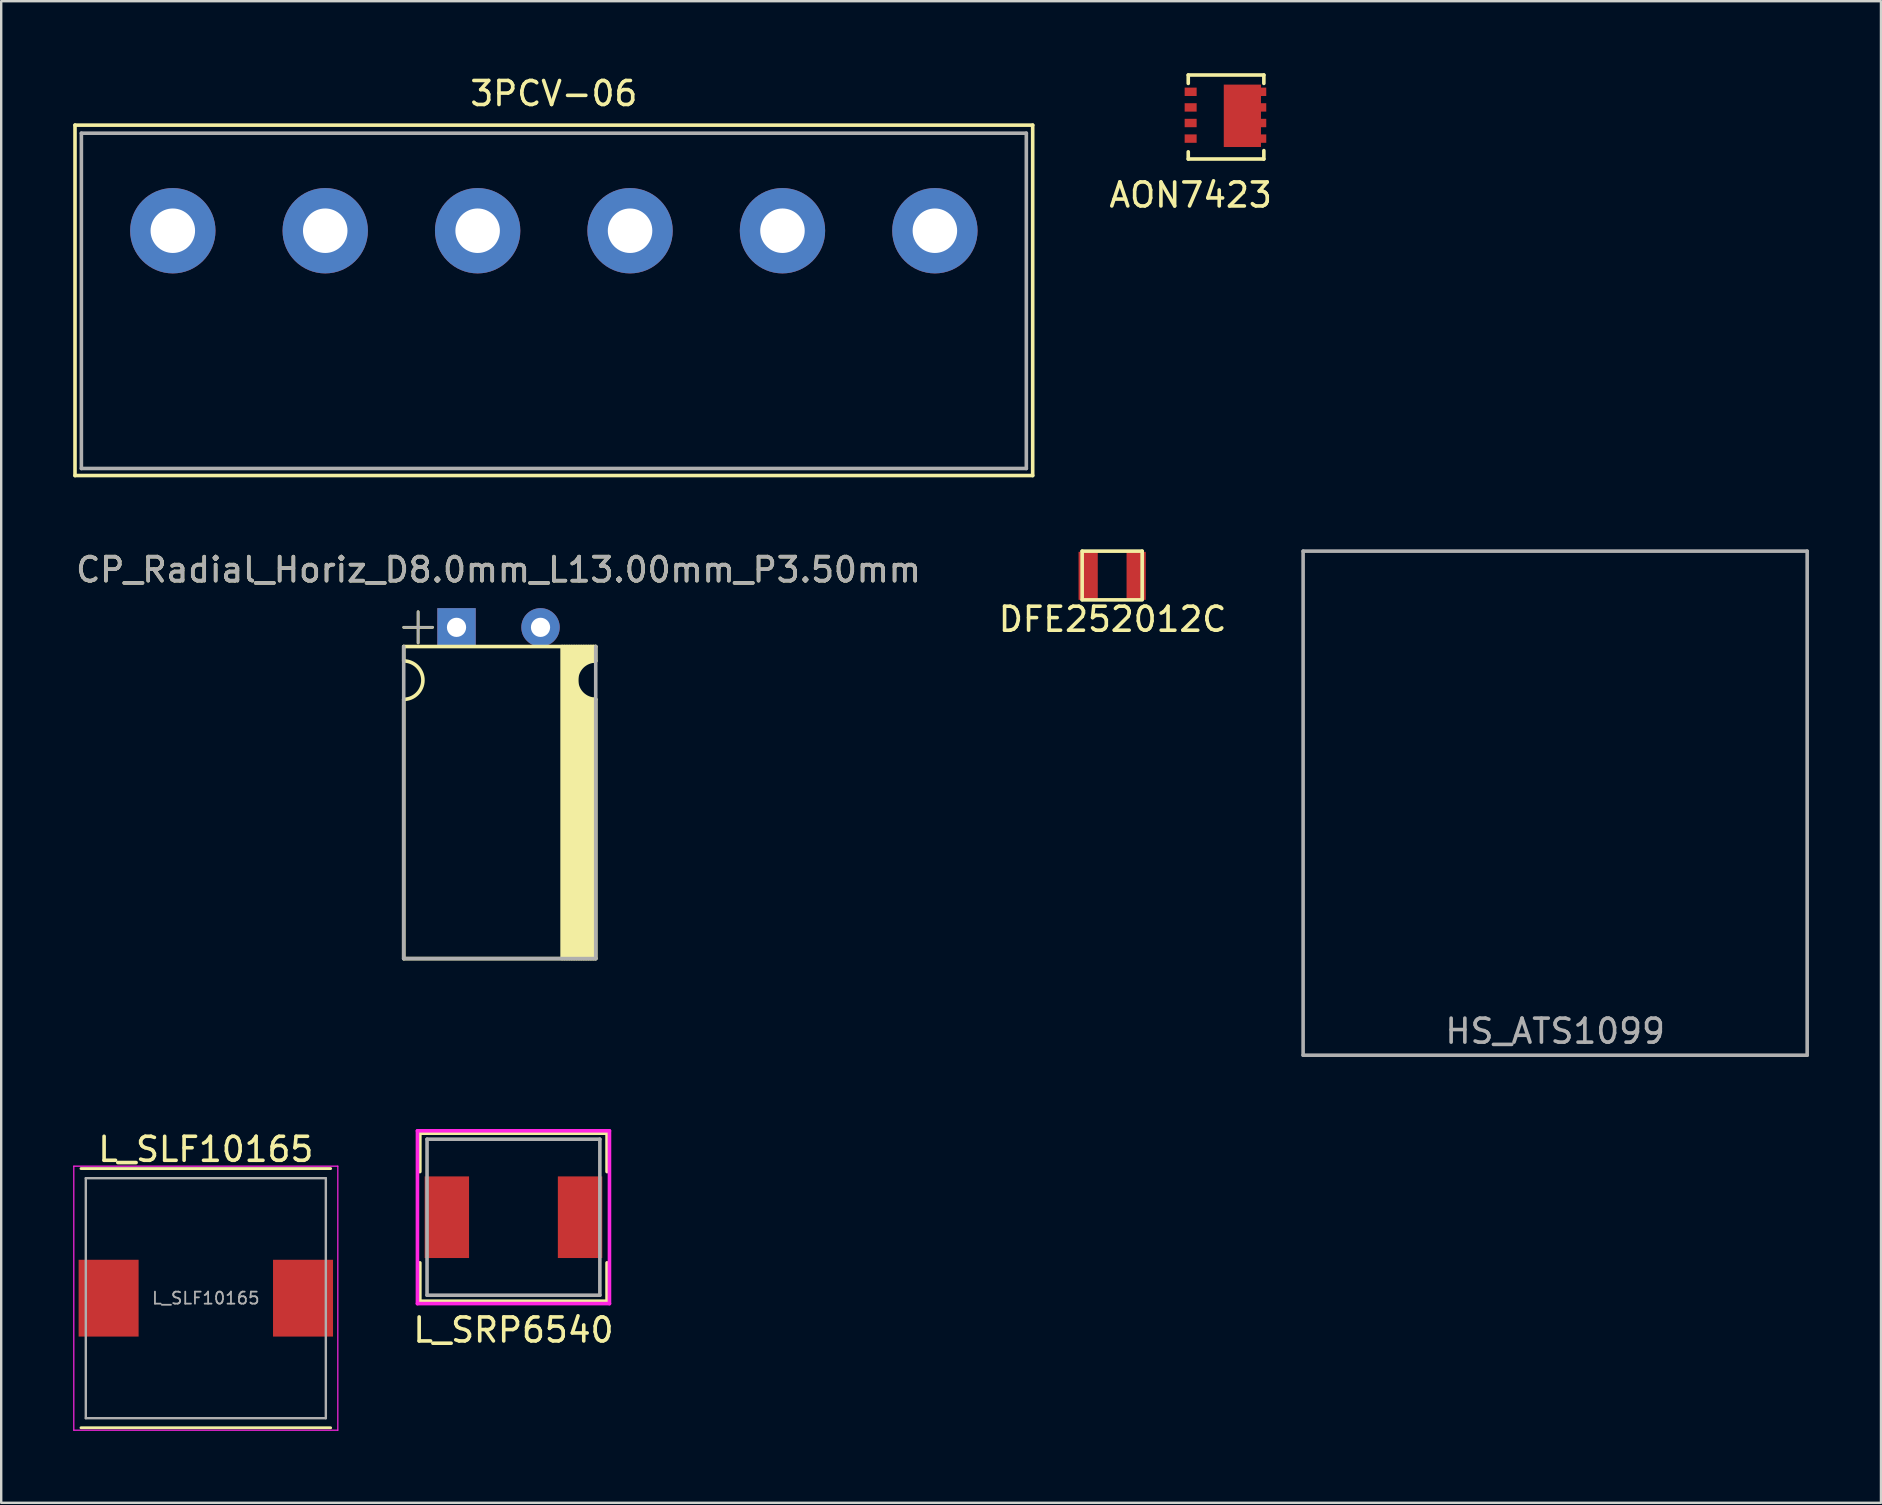
<source format=kicad_pcb>
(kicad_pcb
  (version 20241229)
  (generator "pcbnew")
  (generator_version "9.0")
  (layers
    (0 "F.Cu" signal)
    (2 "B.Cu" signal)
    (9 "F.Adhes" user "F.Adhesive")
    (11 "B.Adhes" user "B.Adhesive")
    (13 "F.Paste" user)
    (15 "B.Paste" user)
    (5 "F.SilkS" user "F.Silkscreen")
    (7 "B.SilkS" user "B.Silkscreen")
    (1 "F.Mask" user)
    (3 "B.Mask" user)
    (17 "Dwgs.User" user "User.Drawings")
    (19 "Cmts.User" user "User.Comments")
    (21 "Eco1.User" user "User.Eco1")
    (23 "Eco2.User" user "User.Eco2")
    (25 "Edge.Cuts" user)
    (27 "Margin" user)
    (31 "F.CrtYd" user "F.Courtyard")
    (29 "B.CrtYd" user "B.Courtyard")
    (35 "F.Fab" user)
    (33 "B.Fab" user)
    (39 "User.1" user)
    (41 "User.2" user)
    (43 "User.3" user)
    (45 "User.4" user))
  (footprint "DFE252012C"
    (layer "F.Cu")
    (at 43.286 20.942)
    (property "Reference" "DFE252012C" (at 0.018 1.808 0) (layer "F.SilkS") (effects (font (size 1 1) (thickness 0.15))))
    (attr through_hole)
    (fp_line (start -1.25 -1.029) (end -1.25 0.991) (stroke (width 0.15) (type solid)) (layer "F.SilkS"))
    (fp_line (start -1.25 1.001) (end 1.25 1.001) (stroke (width 0.15) (type solid)) (layer "F.SilkS"))
    (fp_line (start 1.25 -1.029) (end -1.25 -1.029) (stroke (width 0.15) (type solid)) (layer "F.SilkS"))
    (fp_line (start 1.25 0.973) (end 1.25 -1.029) (stroke (width 0.15) (type solid)) (layer "F.SilkS"))
    (pad "1" smd rect (at -1 0) (size 0.8 2) (layers "F.Cu" "F.Mask" "F.Paste"))
    (pad "2" smd rect (at 1 0) (size 0.8 2) (layers "F.Cu" "F.Mask" "F.Paste")))
  (footprint "HS_ATS1099"
    (layer "F.Cu")
    (at 61.742 30.413)
    (property "Reference" "HS_ATS1099" (at 0 9.5 0) (layer "F.Fab") (effects (font (size 1 1) (thickness 0.15))))
    (attr through_hole)
    (fp_line (start -10.5 -10.5) (end 10.5 -10.5) (stroke (width 0.15) (type solid)) (layer "F.Fab"))
    (fp_line (start -10.5 10.5) (end -10.5 -10.5) (stroke (width 0.15) (type solid)) (layer "F.Fab"))
    (fp_line (start 10.5 -10.5) (end 10.5 10.5) (stroke (width 0.15) (type solid)) (layer "F.Fab"))
    (fp_line (start 10.5 10.5) (end -10.5 10.5) (stroke (width 0.15) (type solid)) (layer "F.Fab")))
  (footprint "CP_Radial_Horiz_D8.0mm_L13.00mm_P3.50mm"
    (layer "F.Cu")
    (at 15.97 23.087)
    (property "Reference" "CP_Radial_Horiz_D8.0mm_L13.00mm_P3.50mm" (at 1.75 -2.4 0) (layer "F.SilkS") (effects (font (size 1 1) (thickness 0.15))))
    (attr through_hole)
    (fp_line (start -2.2 0) (end -1 0) (stroke (width 0.12) (type solid)) (layer "F.SilkS"))
    (fp_line (start -2.2 0.8) (end -2.2 1.4) (stroke (width 0.15) (type solid)) (layer "F.SilkS"))
    (fp_line (start -2.2 0.8) (end 5.8 0.8) (stroke (width 0.15) (type solid)) (layer "F.SilkS"))
    (fp_line (start -2.2 13.8) (end -2.2 3) (stroke (width 0.15) (type solid)) (layer "F.SilkS"))
    (fp_line (start -1.6 -0.65) (end -1.6 0.65) (stroke (width 0.12) (type solid)) (layer "F.SilkS"))
    (fp_line (start 4.4 13.8) (end 4.4 0.8) (stroke (width 0.15) (type solid)) (layer "F.SilkS"))
    (fp_line (start 4.5 0.8) (end 4.5 13.8) (stroke (width 0.15) (type solid)) (layer "F.SilkS"))
    (fp_line (start 4.6 0.8) (end 4.6 13.8) (stroke (width 0.15) (type solid)) (layer "F.SilkS"))
    (fp_line (start 4.7 13.8) (end 4.7 0.8) (stroke (width 0.15) (type solid)) (layer "F.SilkS"))
    (fp_line (start 4.8 0.8) (end 4.8 13.8) (stroke (width 0.15) (type solid)) (layer "F.SilkS"))
    (fp_line (start 4.9 0.8) (end 4.9 13.8) (stroke (width 0.15) (type solid)) (layer "F.SilkS"))
    (fp_line (start 5 13.8) (end 5 0.8) (stroke (width 0.15) (type solid)) (layer "F.SilkS"))
    (fp_line (start 5.1 1.7) (end 5.1 0.8) (stroke (width 0.15) (type solid)) (layer "F.SilkS"))
    (fp_line (start 5.1 2.7) (end 5.1 13.8) (stroke (width 0.15) (type solid)) (layer "F.SilkS"))
    (fp_line (start 5.2 0.8) (end 5.2 1.6) (stroke (width 0.15) (type solid)) (layer "F.SilkS"))
    (fp_line (start 5.2 2.8) (end 5.2 13.8) (stroke (width 0.15) (type solid)) (layer "F.SilkS"))
    (fp_line (start 5.3 0.8) (end 5.3 1.5) (stroke (width 0.15) (type solid)) (layer "F.SilkS"))
    (fp_line (start 5.3 13.8) (end 5.3 2.9) (stroke (width 0.15) (type solid)) (layer "F.SilkS"))
    (fp_line (start 5.4 1.4) (end 5.4 0.8) (stroke (width 0.15) (type solid)) (layer "F.SilkS"))
    (fp_line (start 5.4 13.8) (end 5.4 3) (stroke (width 0.15) (type solid)) (layer "F.SilkS"))
    (fp_line (start 5.5 1.4) (end 5.5 0.8) (stroke (width 0.15) (type solid)) (layer "F.SilkS"))
    (fp_line (start 5.5 3) (end 5.5 13.8) (stroke (width 0.15) (type solid)) (layer "F.SilkS"))
    (fp_line (start 5.6 0.8) (end 5.6 1.4) (stroke (width 0.15) (type solid)) (layer "F.SilkS"))
    (fp_line (start 5.6 3) (end 5.6 13.8) (stroke (width 0.15) (type solid)) (layer "F.SilkS"))
    (fp_line (start 5.7 0.8) (end 5.7 1.4) (stroke (width 0.15) (type solid)) (layer "F.SilkS"))
    (fp_line (start 5.7 13.8) (end 5.7 3) (stroke (width 0.15) (type solid)) (layer "F.SilkS"))
    (fp_line (start 5.8 0.8) (end 5.8 1.4) (stroke (width 0.15) (type solid)) (layer "F.SilkS"))
    (fp_line (start 5.8 3) (end 5.8 13.8) (stroke (width 0.15) (type solid)) (layer "F.SilkS"))
    (fp_line (start 5.8 13.8) (end -2.2 13.8) (stroke (width 0.15) (type solid)) (layer "F.SilkS"))
    (fp_arc (start -2.2 1.4) (mid -1.4 2.2) (end -2.2 3) (stroke (width 0.15) (type solid)) (layer "F.SilkS"))
    (fp_arc (start 5.8 3) (mid 5 2.2) (end 5.8 1.4) (stroke (width 0.15) (type solid)) (layer "F.SilkS"))
    (fp_line (start -2.2 0) (end -1 0) (stroke (width 0.1) (type solid)) (layer "F.Fab"))
    (fp_line (start -2.2 13.8) (end -2.2 0.8) (stroke (width 0.15) (type solid)) (layer "F.Fab"))
    (fp_line (start -1.6 -0.65) (end -1.6 0.65) (stroke (width 0.1) (type solid)) (layer "F.Fab"))
    (fp_line (start 5.8 0.8) (end 5.8 13.8) (stroke (width 0.15) (type solid)) (layer "F.Fab"))
    (fp_line (start 5.8 13.8) (end -2.2 13.8) (stroke (width 0.15) (type solid)) (layer "F.Fab"))
    (fp_text user "${REFERENCE}" (at 1.75 -2.4 0) (layer "F.Fab") (effects (font (size 1 1) (thickness 0.15))))
    (pad "1" thru_hole rect (at 0 0) (size 1.6 1.6) (drill 0.8) (layers "*.Cu" "*.Mask"))
    (pad "2" thru_hole circle (at 3.5 0) (size 1.6 1.6) (drill 0.8) (layers "*.Cu" "*.Mask")))
  (footprint "L_SLF10165"
    (layer "F.Cu")
    (at 5.525 51.036)
    (property "Reference" "L_SLF10165" (at 0 -6.2 0) (layer "F.SilkS") (effects (font (size 1 1) (thickness 0.15))))
    (attr smd)
    (fp_line (start -5.2 -5.4) (end 5.2 -5.4) (stroke (width 0.12) (type solid)) (layer "F.SilkS"))
    (fp_line (start 5.2 5.4) (end -5.2 5.4) (stroke (width 0.12) (type solid)) (layer "F.SilkS"))
    (fp_line (start -5.5 -5.5) (end -5.5 5.5) (stroke (width 0.05) (type solid)) (layer "F.CrtYd"))
    (fp_line (start -5.5 -5.5) (end 5.5 -5.5) (stroke (width 0.05) (type solid)) (layer "F.CrtYd"))
    (fp_line (start -5.5 5.5) (end 5.5 5.5) (stroke (width 0.05) (type solid)) (layer "F.CrtYd"))
    (fp_line (start 5.5 -5.5) (end 5.5 5.5) (stroke (width 0.05) (type solid)) (layer "F.CrtYd"))
    (fp_line (start -5 -5) (end 5 -5) (stroke (width 0.1) (type solid)) (layer "F.Fab"))
    (fp_line (start -5 5) (end -5 -5) (stroke (width 0.1) (type solid)) (layer "F.Fab"))
    (fp_line (start 5 -5) (end 5 5) (stroke (width 0.1) (type solid)) (layer "F.Fab"))
    (fp_line (start 5 5) (end -5 5) (stroke (width 0.1) (type solid)) (layer "F.Fab"))
    (fp_text user "${REFERENCE}" (at 0 0 0) (layer "F.Fab") (effects (font (size 0.5 0.5) (thickness 0.075))))
    (pad "1" smd rect (at -4.05 0) (size 2.5 3.2) (layers "F.Cu" "F.Mask" "F.Paste"))
    (pad "2" smd rect (at 4.05 0) (size 2.5 3.2) (layers "F.Cu" "F.Mask" "F.Paste")))
  (footprint "3PCV-06"
    (layer "F.Cu")
    (at 20.025 6.563)
    (property "Reference" "3PCV-06" (at 0 -5.715 0) (layer "F.SilkS") (effects (font (size 1 1) (thickness 0.15))))
    (attr through_hole)
    (fp_line (start -19.95 -4.4) (end 19.95 -4.4) (stroke (width 0.15) (type solid)) (layer "F.SilkS"))
    (fp_line (start -19.95 10.2) (end -19.95 -4.4) (stroke (width 0.15) (type solid)) (layer "F.SilkS"))
    (fp_line (start 19.95 -4.4) (end 19.95 10.2) (stroke (width 0.15) (type solid)) (layer "F.SilkS"))
    (fp_line (start 19.95 10.2) (end -19.95 10.2) (stroke (width 0.15) (type solid)) (layer "F.SilkS"))
    (fp_line (start -19.685 -4.064) (end 19.685 -4.064) (stroke (width 0.15) (type solid)) (layer "F.Fab"))
    (fp_line (start -19.685 9.906) (end -19.685 -4.064) (stroke (width 0.15) (type solid)) (layer "F.Fab"))
    (fp_line (start 19.685 -4.064) (end 19.685 9.906) (stroke (width 0.15) (type solid)) (layer "F.Fab"))
    (fp_line (start 19.685 9.906) (end -19.685 9.906) (stroke (width 0.15) (type solid)) (layer "F.Fab"))
    (pad "1" thru_hole circle (at -15.875 0) (size 3.556 3.556) (drill 1.854) (layers "*.Cu" "*.Mask"))
    (pad "2" thru_hole circle (at -9.525 0) (size 3.556 3.556) (drill 1.854) (layers "*.Cu" "*.Mask"))
    (pad "3" thru_hole circle (at -3.175 0) (size 3.556 3.556) (drill 1.854) (layers "*.Cu" "*.Mask"))
    (pad "4" thru_hole circle (at 3.175 0) (size 3.556 3.556) (drill 1.854) (layers "*.Cu" "*.Mask"))
    (pad "5" thru_hole circle (at 9.525 0) (size 3.556 3.556) (drill 1.854) (layers "*.Cu" "*.Mask"))
    (pad "6" thru_hole circle (at 15.875 0) (size 3.556 3.556) (drill 1.854) (layers "*.Cu" "*.Mask")))
  (footprint "L_SRP6540"
    (layer "F.Cu")
    (at 18.342 47.663)
    (property "Reference" "L_SRP6540" (at 0 4.7 0) (layer "F.SilkS") (effects (font (size 1 1) (thickness 0.15))))
    (attr through_hole)
    (fp_line (start -3.9 -3.5) (end -3.9 -1.9) (stroke (width 0.15) (type solid)) (layer "F.SilkS"))
    (fp_line (start -3.9 -3.5) (end 3.9 -3.5) (stroke (width 0.15) (type solid)) (layer "F.SilkS"))
    (fp_line (start -3.9 3.5) (end -3.9 1.9) (stroke (width 0.15) (type solid)) (layer "F.SilkS"))
    (fp_line (start -3.9 3.5) (end 3.9 3.5) (stroke (width 0.15) (type solid)) (layer "F.SilkS"))
    (fp_line (start 3.9 -3.5) (end 3.9 -1.9) (stroke (width 0.15) (type solid)) (layer "F.SilkS"))
    (fp_line (start 3.9 3.5) (end 3.9 1.9) (stroke (width 0.15) (type solid)) (layer "F.SilkS"))
    (fp_line (start -4 -3.6) (end -4 3.6) (stroke (width 0.15) (type solid)) (layer "F.CrtYd"))
    (fp_line (start -4 3.6) (end 4 3.6) (stroke (width 0.15) (type solid)) (layer "F.CrtYd"))
    (fp_line (start 4 -3.6) (end -4 -3.6) (stroke (width 0.15) (type solid)) (layer "F.CrtYd"))
    (fp_line (start 4 3.6) (end 4 -3.6) (stroke (width 0.15) (type solid)) (layer "F.CrtYd"))
    (fp_line (start -3.6 -3.25) (end -3.6 3.25) (stroke (width 0.15) (type solid)) (layer "F.Fab"))
    (fp_line (start -3.6 3.25) (end 3.6 3.25) (stroke (width 0.15) (type solid)) (layer "F.Fab"))
    (fp_line (start 3.6 -3.25) (end -3.6 -3.25) (stroke (width 0.15) (type solid)) (layer "F.Fab"))
    (fp_line (start 3.6 3.25) (end 3.6 -3.25) (stroke (width 0.15) (type solid)) (layer "F.Fab"))
    (pad "1" smd rect (at -2.775 0) (size 1.85 3.4) (layers "F.Cu" "F.Mask" "F.Paste"))
    (pad "2" smd rect (at 2.775 0) (size 1.85 3.4) (layers "F.Cu" "F.Mask" "F.Paste")))
  (footprint "AON7423"
    (layer "F.Cu")
    (at 46.556 0.775)
    (property "Reference" "AON7423" (at 0 4.3 0) (layer "F.SilkS") (effects (font (size 1 1) (thickness 0.15))))
    (attr through_hole)
    (fp_line (start -0.1 -0.7) (end 3.05 -0.7) (stroke (width 0.15) (type solid)) (layer "F.SilkS"))
    (fp_line (start -0.1 -0.35) (end -0.1 -0.7) (stroke (width 0.15) (type solid)) (layer "F.SilkS"))
    (fp_line (start -0.1 2.5) (end -0.1 2.8) (stroke (width 0.15) (type solid)) (layer "F.SilkS"))
    (fp_line (start 3.05 -0.35) (end 3.05 -0.7) (stroke (width 0.15) (type solid)) (layer "F.SilkS"))
    (fp_line (start 3.05 2.45) (end 3.05 2.8) (stroke (width 0.15) (type solid)) (layer "F.SilkS"))
    (fp_line (start 3.05 2.8) (end -0.1 2.8) (stroke (width 0.15) (type solid)) (layer "F.SilkS"))
    (pad "" smd rect (at 2.9 0) (size 0.5 0.35) (layers "F.Cu" "F.Mask" "F.Paste"))
    (pad "" smd rect (at 2.9 0.65) (size 0.5 0.35) (layers "F.Cu" "F.Mask" "F.Paste"))
    (pad "" smd rect (at 2.9 1.3) (size 0.5 0.35) (layers "F.Cu" "F.Mask" "F.Paste"))
    (pad "" smd rect (at 2.9 1.95) (size 0.5 0.35) (layers "F.Cu" "F.Mask" "F.Paste"))
    (pad "1" smd rect (at 0 0) (size 0.5 0.35) (layers "F.Cu" "F.Mask" "F.Paste"))
    (pad "2" smd rect (at 0 0.65) (size 0.5 0.35) (layers "F.Cu" "F.Mask" "F.Paste"))
    (pad "3" smd rect (at 0 1.3) (size 0.5 0.35) (layers "F.Cu" "F.Mask" "F.Paste"))
    (pad "4" smd rect (at 0 1.95) (size 0.5 0.35) (layers "F.Cu" "F.Mask" "F.Paste"))
    (pad "5" smd custom (at 2.155 1) (size 1.55 2.6) (layers "F.Cu" "F.Mask" "F.Paste") (options (anchor rect)) (primitives)))
  (gr_rect
    (start -3 -3)
    (end 75.317 59.562)
    (stroke (width 0.1) (type default))
    (fill no)
    (layer "Edge.Cuts")))
</source>
